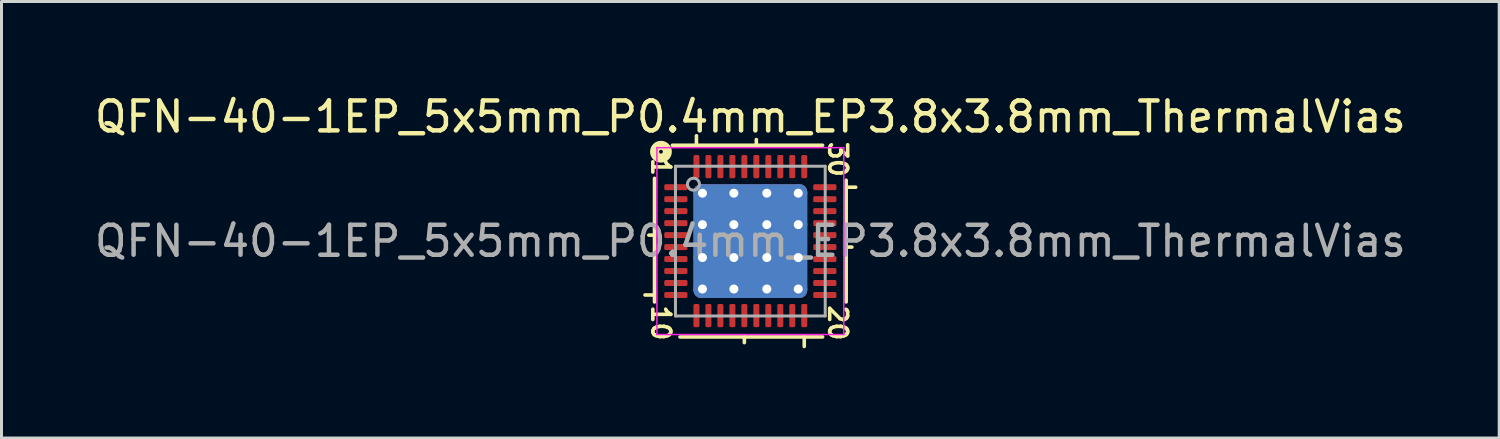
<source format=kicad_pcb>
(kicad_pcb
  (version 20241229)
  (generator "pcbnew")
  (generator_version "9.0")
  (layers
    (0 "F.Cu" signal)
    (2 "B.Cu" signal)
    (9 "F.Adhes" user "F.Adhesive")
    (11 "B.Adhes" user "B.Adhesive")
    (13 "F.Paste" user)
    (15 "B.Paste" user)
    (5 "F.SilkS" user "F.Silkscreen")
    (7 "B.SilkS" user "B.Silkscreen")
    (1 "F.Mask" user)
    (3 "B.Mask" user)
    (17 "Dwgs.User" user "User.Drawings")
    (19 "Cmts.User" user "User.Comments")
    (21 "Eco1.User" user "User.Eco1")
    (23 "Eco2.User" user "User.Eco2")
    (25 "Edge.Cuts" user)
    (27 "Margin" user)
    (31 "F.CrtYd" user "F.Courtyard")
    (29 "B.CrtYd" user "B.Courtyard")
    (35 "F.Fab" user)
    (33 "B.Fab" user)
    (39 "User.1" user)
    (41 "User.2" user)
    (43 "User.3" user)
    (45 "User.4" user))
  (footprint "QFN-40-1EP_5x5mm_P0.4mm_EP3.8x3.8mm_ThermalVias"
    (layer "F.Cu")
    (at 22.006 5.001)
    (property "Reference" "QFN-40-1EP_5x5mm_P0.4mm_EP3.8x3.8mm_ThermalVias" (at 0 -4.152 0) (layer "F.SilkS") (effects (font (size 1 1) (thickness 0.15))))
    (attr smd)
    (fp_line (start -3.2 -2.095) (end -3.2 2.032) (stroke (width 0.12) (type solid)) (layer "F.SilkS"))
    (fp_line (start -3.2 -0.2) (end -3.39 -0.2) (stroke (width 0.12) (type solid)) (layer "F.SilkS"))
    (fp_line (start -3.2 1.8) (end -3.518 1.8) (stroke (width 0.12) (type solid)) (layer "F.SilkS"))
    (fp_line (start -2.349 3.2) (end 2.413 3.2) (stroke (width 0.12) (type solid)) (layer "F.SilkS"))
    (fp_line (start -1.8 -3.2) (end -1.8 -3.518) (stroke (width 0.12) (type solid)) (layer "F.SilkS"))
    (fp_line (start -0.2 3.2) (end -0.2 3.39) (stroke (width 0.12) (type solid)) (layer "F.SilkS"))
    (fp_line (start 0.2 -3.2) (end 0.2 -3.39) (stroke (width 0.12) (type solid)) (layer "F.SilkS"))
    (fp_line (start 1.8 3.2) (end 1.8 3.518) (stroke (width 0.12) (type solid)) (layer "F.SilkS"))
    (fp_line (start 2.413 -3.2) (end -2.603 -3.2) (stroke (width 0.12) (type solid)) (layer "F.SilkS"))
    (fp_line (start 3.2 -1.8) (end 3.518 -1.8) (stroke (width 0.12) (type solid)) (layer "F.SilkS"))
    (fp_line (start 3.2 0.2) (end 3.39 0.2) (stroke (width 0.12) (type solid)) (layer "F.SilkS"))
    (fp_line (start 3.2 2.032) (end 3.2 -2.032) (stroke (width 0.12) (type solid)) (layer "F.SilkS"))
    (fp_circle (center -2.985 -2.985) (end -2.921 -2.985) (stroke (width 0.3) (type solid)) (fill no) (layer "F.SilkS"))
    (fp_line (start -3.12 -3.12) (end -3.12 3.12) (stroke (width 0.05) (type solid)) (layer "F.CrtYd"))
    (fp_line (start -3.12 3.12) (end 3.12 3.12) (stroke (width 0.05) (type solid)) (layer "F.CrtYd"))
    (fp_line (start 3.12 -3.12) (end -3.12 -3.12) (stroke (width 0.05) (type solid)) (layer "F.CrtYd"))
    (fp_line (start 3.12 3.12) (end 3.12 -3.12) (stroke (width 0.05) (type solid)) (layer "F.CrtYd"))
    (fp_line (start -2.5 -2.5) (end 2.5 -2.5) (stroke (width 0.1) (type solid)) (layer "F.Fab"))
    (fp_line (start -2.5 2.5) (end -2.5 -2.5) (stroke (width 0.1) (type solid)) (layer "F.Fab"))
    (fp_line (start 2.5 -2.5) (end 2.5 2.5) (stroke (width 0.1) (type solid)) (layer "F.Fab"))
    (fp_line (start 2.5 2.5) (end -2.5 2.5) (stroke (width 0.1) (type solid)) (layer "F.Fab"))
    (fp_circle (center -1.9 -1.9) (end -1.7 -1.9) (stroke (width 0.1) (type solid)) (fill no) (layer "F.Fab"))
    (fp_text user "10" (at -2.985 2.731 270) (unlocked yes) (layer "F.SilkS") (effects (font (size 0.6 0.6) (thickness 0.12))))
    (fp_text user "1" (at -2.985 -2.477 270) (unlocked yes) (layer "F.SilkS") (effects (font (size 0.6 0.6) (thickness 0.12))))
    (fp_text user "30" (at 2.921 -2.731 270) (unlocked yes) (layer "F.SilkS") (effects (font (size 0.6 0.6) (thickness 0.12))))
    (fp_text user "20" (at 2.921 2.731 270) (unlocked yes) (layer "F.SilkS") (effects (font (size 0.6 0.6) (thickness 0.12))))
    (fp_text user "${REFERENCE}" (at 0 0 0) (layer "F.Fab") (effects (font (size 1 1) (thickness 0.15))))
    (pad "" smd custom (at -1.1 -1.1) (size 0.865 0.865) (layers "F.Paste") (options (anchor circle)) (primitives (gr_poly (pts (xy 0.375 -0.279) (xy 0.375 0.279) (xy 0.279 0.375) (xy -0.279 0.375) (xy -0.375 0.279) (xy -0.375 -0.279) (xy -0.279 -0.375) (xy 0.279 -0.375)) (width 0.232) (fill yes))))
    (pad "" smd custom (at -1.1 0) (size 0.865 0.865) (layers "F.Paste") (options (anchor circle)) (primitives (gr_poly (pts (xy 0.375 -0.279) (xy 0.375 0.279) (xy 0.279 0.375) (xy -0.279 0.375) (xy -0.375 0.279) (xy -0.375 -0.279) (xy -0.279 -0.375) (xy 0.279 -0.375)) (width 0.232) (fill yes))))
    (pad "" smd custom (at -1.1 1.1) (size 0.865 0.865) (layers "F.Paste") (options (anchor circle)) (primitives (gr_poly (pts (xy 0.375 -0.279) (xy 0.375 0.279) (xy 0.279 0.375) (xy -0.279 0.375) (xy -0.375 0.279) (xy -0.375 -0.279) (xy -0.279 -0.375) (xy 0.279 -0.375)) (width 0.232) (fill yes))))
    (pad "" smd custom (at 0 -1.1) (size 0.865 0.865) (layers "F.Paste") (options (anchor circle)) (primitives (gr_poly (pts (xy 0.375 -0.279) (xy 0.375 0.279) (xy 0.279 0.375) (xy -0.279 0.375) (xy -0.375 0.279) (xy -0.375 -0.279) (xy -0.279 -0.375) (xy 0.279 -0.375)) (width 0.232) (fill yes))))
    (pad "" smd custom (at 0 0) (size 0.865 0.865) (layers "F.Paste") (options (anchor circle)) (primitives (gr_poly (pts (xy 0.375 -0.279) (xy 0.375 0.279) (xy 0.279 0.375) (xy -0.279 0.375) (xy -0.375 0.279) (xy -0.375 -0.279) (xy -0.279 -0.375) (xy 0.279 -0.375)) (width 0.232) (fill yes))))
    (pad "" smd custom (at 0 1.1) (size 0.865 0.865) (layers "F.Paste") (options (anchor circle)) (primitives (gr_poly (pts (xy 0.375 -0.279) (xy 0.375 0.279) (xy 0.279 0.375) (xy -0.279 0.375) (xy -0.375 0.279) (xy -0.375 -0.279) (xy -0.279 -0.375) (xy 0.279 -0.375)) (width 0.232) (fill yes))))
    (pad "" smd custom (at 1.1 -1.1) (size 0.865 0.865) (layers "F.Paste") (options (anchor circle)) (primitives (gr_poly (pts (xy 0.375 -0.279) (xy 0.375 0.279) (xy 0.279 0.375) (xy -0.279 0.375) (xy -0.375 0.279) (xy -0.375 -0.279) (xy -0.279 -0.375) (xy 0.279 -0.375)) (width 0.232) (fill yes))))
    (pad "" smd custom (at 1.1 0) (size 0.865 0.865) (layers "F.Paste") (options (anchor circle)) (primitives (gr_poly (pts (xy 0.375 -0.279) (xy 0.375 0.279) (xy 0.279 0.375) (xy -0.279 0.375) (xy -0.375 0.279) (xy -0.375 -0.279) (xy -0.279 -0.375) (xy 0.279 -0.375)) (width 0.232) (fill yes))))
    (pad "" smd custom (at 1.1 1.1) (size 0.865 0.865) (layers "F.Paste") (options (anchor circle)) (primitives (gr_poly (pts (xy 0.375 -0.279) (xy 0.375 0.279) (xy 0.279 0.375) (xy -0.279 0.375) (xy -0.375 0.279) (xy -0.375 -0.279) (xy -0.279 -0.375) (xy 0.279 -0.375)) (width 0.232) (fill yes))))
    (pad "1" smd roundrect (at -2.487 -1.8) (size 0.775 0.2) (layers "F.Cu" "F.Mask" "F.Paste") (roundrect_rratio 0.25))
    (pad "2" smd roundrect (at -2.487 -1.4) (size 0.775 0.2) (layers "F.Cu" "F.Mask" "F.Paste") (roundrect_rratio 0.25))
    (pad "3" smd roundrect (at -2.487 -1) (size 0.775 0.2) (layers "F.Cu" "F.Mask" "F.Paste") (roundrect_rratio 0.25))
    (pad "4" smd roundrect (at -2.487 -0.6) (size 0.775 0.2) (layers "F.Cu" "F.Mask" "F.Paste") (roundrect_rratio 0.25))
    (pad "5" smd roundrect (at -2.487 -0.2) (size 0.775 0.2) (layers "F.Cu" "F.Mask" "F.Paste") (roundrect_rratio 0.25))
    (pad "6" smd roundrect (at -2.487 0.2) (size 0.775 0.2) (layers "F.Cu" "F.Mask" "F.Paste") (roundrect_rratio 0.25))
    (pad "7" smd roundrect (at -2.487 0.6) (size 0.775 0.2) (layers "F.Cu" "F.Mask" "F.Paste") (roundrect_rratio 0.25))
    (pad "8" smd roundrect (at -2.487 1) (size 0.775 0.2) (layers "F.Cu" "F.Mask" "F.Paste") (roundrect_rratio 0.25))
    (pad "9" smd roundrect (at -2.487 1.4) (size 0.775 0.2) (layers "F.Cu" "F.Mask" "F.Paste") (roundrect_rratio 0.25))
    (pad "10" smd roundrect (at -2.487 1.8) (size 0.775 0.2) (layers "F.Cu" "F.Mask" "F.Paste") (roundrect_rratio 0.25))
    (pad "11" smd roundrect (at -1.8 2.487) (size 0.2 0.775) (layers "F.Cu" "F.Mask" "F.Paste") (roundrect_rratio 0.25))
    (pad "12" smd roundrect (at -1.4 2.487) (size 0.2 0.775) (layers "F.Cu" "F.Mask" "F.Paste") (roundrect_rratio 0.25))
    (pad "13" smd roundrect (at -1 2.487) (size 0.2 0.775) (layers "F.Cu" "F.Mask" "F.Paste") (roundrect_rratio 0.25))
    (pad "14" smd roundrect (at -0.6 2.487) (size 0.2 0.775) (layers "F.Cu" "F.Mask" "F.Paste") (roundrect_rratio 0.25))
    (pad "15" smd roundrect (at -0.2 2.487) (size 0.2 0.775) (layers "F.Cu" "F.Mask" "F.Paste") (roundrect_rratio 0.25))
    (pad "16" smd roundrect (at 0.2 2.487) (size 0.2 0.775) (layers "F.Cu" "F.Mask" "F.Paste") (roundrect_rratio 0.25))
    (pad "17" smd roundrect (at 0.6 2.487) (size 0.2 0.775) (layers "F.Cu" "F.Mask" "F.Paste") (roundrect_rratio 0.25))
    (pad "18" smd roundrect (at 1 2.487) (size 0.2 0.775) (layers "F.Cu" "F.Mask" "F.Paste") (roundrect_rratio 0.25))
    (pad "19" smd roundrect (at 1.4 2.487) (size 0.2 0.775) (layers "F.Cu" "F.Mask" "F.Paste") (roundrect_rratio 0.25))
    (pad "20" smd roundrect (at 1.8 2.487) (size 0.2 0.775) (layers "F.Cu" "F.Mask" "F.Paste") (roundrect_rratio 0.25))
    (pad "21" smd roundrect (at 2.487 1.8) (size 0.775 0.2) (layers "F.Cu" "F.Mask" "F.Paste") (roundrect_rratio 0.25))
    (pad "22" smd roundrect (at 2.487 1.4) (size 0.775 0.2) (layers "F.Cu" "F.Mask" "F.Paste") (roundrect_rratio 0.25))
    (pad "23" smd roundrect (at 2.487 1) (size 0.775 0.2) (layers "F.Cu" "F.Mask" "F.Paste") (roundrect_rratio 0.25))
    (pad "24" smd roundrect (at 2.487 0.6) (size 0.775 0.2) (layers "F.Cu" "F.Mask" "F.Paste") (roundrect_rratio 0.25))
    (pad "25" smd roundrect (at 2.487 0.2) (size 0.775 0.2) (layers "F.Cu" "F.Mask" "F.Paste") (roundrect_rratio 0.25))
    (pad "26" smd roundrect (at 2.487 -0.2) (size 0.775 0.2) (layers "F.Cu" "F.Mask" "F.Paste") (roundrect_rratio 0.25))
    (pad "27" smd roundrect (at 2.487 -0.6) (size 0.775 0.2) (layers "F.Cu" "F.Mask" "F.Paste") (roundrect_rratio 0.25))
    (pad "28" smd roundrect (at 2.487 -1) (size 0.775 0.2) (layers "F.Cu" "F.Mask" "F.Paste") (roundrect_rratio 0.25))
    (pad "29" smd roundrect (at 2.487 -1.4) (size 0.775 0.2) (layers "F.Cu" "F.Mask" "F.Paste") (roundrect_rratio 0.25))
    (pad "30" smd roundrect (at 2.487 -1.8) (size 0.775 0.2) (layers "F.Cu" "F.Mask" "F.Paste") (roundrect_rratio 0.25))
    (pad "31" smd roundrect (at 1.8 -2.487) (size 0.2 0.775) (layers "F.Cu" "F.Mask" "F.Paste") (roundrect_rratio 0.25))
    (pad "32" smd roundrect (at 1.4 -2.487) (size 0.2 0.775) (layers "F.Cu" "F.Mask" "F.Paste") (roundrect_rratio 0.25))
    (pad "33" smd roundrect (at 1 -2.487) (size 0.2 0.775) (layers "F.Cu" "F.Mask" "F.Paste") (roundrect_rratio 0.25))
    (pad "34" smd roundrect (at 0.6 -2.487) (size 0.2 0.775) (layers "F.Cu" "F.Mask" "F.Paste") (roundrect_rratio 0.25))
    (pad "35" smd roundrect (at 0.2 -2.487) (size 0.2 0.775) (layers "F.Cu" "F.Mask" "F.Paste") (roundrect_rratio 0.25))
    (pad "36" smd roundrect (at -0.2 -2.487) (size 0.2 0.775) (layers "F.Cu" "F.Mask" "F.Paste") (roundrect_rratio 0.25))
    (pad "37" smd roundrect (at -0.6 -2.487) (size 0.2 0.775) (layers "F.Cu" "F.Mask" "F.Paste") (roundrect_rratio 0.25))
    (pad "38" smd roundrect (at -1 -2.487) (size 0.2 0.775) (layers "F.Cu" "F.Mask" "F.Paste") (roundrect_rratio 0.25))
    (pad "39" smd roundrect (at -1.4 -2.487) (size 0.2 0.775) (layers "F.Cu" "F.Mask" "F.Paste") (roundrect_rratio 0.25))
    (pad "40" smd roundrect (at -1.8 -2.487) (size 0.2 0.775) (layers "F.Cu" "F.Mask" "F.Paste") (roundrect_rratio 0.25))
    (pad "41" thru_hole circle (at -1.6 -1.6) (size 0.6 0.6) (drill 0.3) (property pad_prop_heatsink) (layers "*.Cu"))
    (pad "41" thru_hole circle (at -1.6 -0.55) (size 0.6 0.6) (drill 0.3) (property pad_prop_heatsink) (layers "*.Cu"))
    (pad "41" thru_hole circle (at -1.6 0.55) (size 0.6 0.6) (drill 0.3) (property pad_prop_heatsink) (layers "*.Cu"))
    (pad "41" thru_hole circle (at -1.6 1.6) (size 0.6 0.6) (drill 0.3) (property pad_prop_heatsink) (layers "*.Cu"))
    (pad "41" thru_hole circle (at -0.55 -1.6) (size 0.6 0.6) (drill 0.3) (property pad_prop_heatsink) (layers "*.Cu"))
    (pad "41" thru_hole circle (at -0.55 -0.55) (size 0.6 0.6) (drill 0.3) (property pad_prop_heatsink) (layers "*.Cu"))
    (pad "41" thru_hole circle (at -0.55 0.55) (size 0.6 0.6) (drill 0.3) (property pad_prop_heatsink) (layers "*.Cu"))
    (pad "41" thru_hole circle (at -0.55 1.6) (size 0.6 0.6) (drill 0.3) (property pad_prop_heatsink) (layers "*.Cu"))
    (pad "41" smd roundrect (at 0 0) (size 3.8 3.8) (layers "F.Cu" "F.Mask") (roundrect_rratio 0.066))
    (pad "41" smd roundrect (at 0 0) (size 3.8 3.8) (layers "B.Cu" "B.Mask") (roundrect_rratio 0.066))
    (pad "41" thru_hole circle (at 0.55 -1.6) (size 0.6 0.6) (drill 0.3) (property pad_prop_heatsink) (layers "*.Cu"))
    (pad "41" thru_hole circle (at 0.55 -0.55) (size 0.6 0.6) (drill 0.3) (property pad_prop_heatsink) (layers "*.Cu"))
    (pad "41" thru_hole circle (at 0.55 0.55) (size 0.6 0.6) (drill 0.3) (property pad_prop_heatsink) (layers "*.Cu"))
    (pad "41" thru_hole circle (at 0.55 1.6) (size 0.6 0.6) (drill 0.3) (property pad_prop_heatsink) (layers "*.Cu"))
    (pad "41" thru_hole circle (at 1.6 -1.6) (size 0.6 0.6) (drill 0.3) (property pad_prop_heatsink) (layers "*.Cu"))
    (pad "41" thru_hole circle (at 1.6 -0.55) (size 0.6 0.6) (drill 0.3) (property pad_prop_heatsink) (layers "*.Cu"))
    (pad "41" thru_hole circle (at 1.6 0.55) (size 0.6 0.6) (drill 0.3) (property pad_prop_heatsink) (layers "*.Cu"))
    (pad "41" thru_hole circle (at 1.6 1.6) (size 0.6 0.6) (drill 0.3) (property pad_prop_heatsink) (layers "*.Cu")))
  (gr_rect
    (start -3 -3)
    (end 47.012 11.578)
    (stroke (width 0.1) (type default))
    (fill no)
    (layer "Edge.Cuts")))
</source>
